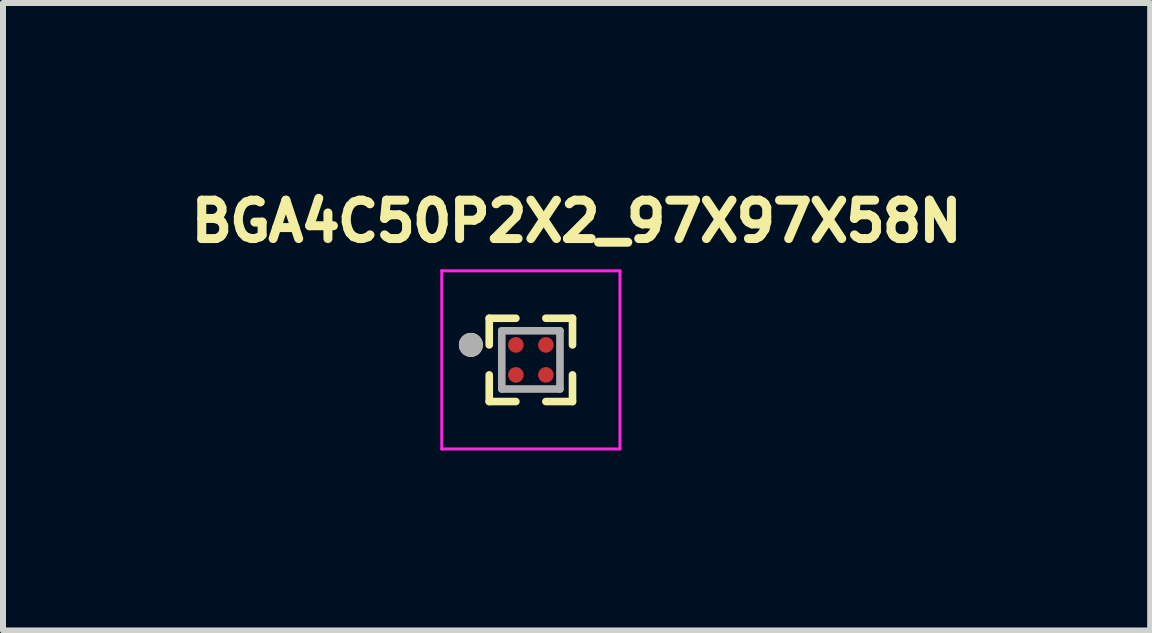
<source format=kicad_pcb>
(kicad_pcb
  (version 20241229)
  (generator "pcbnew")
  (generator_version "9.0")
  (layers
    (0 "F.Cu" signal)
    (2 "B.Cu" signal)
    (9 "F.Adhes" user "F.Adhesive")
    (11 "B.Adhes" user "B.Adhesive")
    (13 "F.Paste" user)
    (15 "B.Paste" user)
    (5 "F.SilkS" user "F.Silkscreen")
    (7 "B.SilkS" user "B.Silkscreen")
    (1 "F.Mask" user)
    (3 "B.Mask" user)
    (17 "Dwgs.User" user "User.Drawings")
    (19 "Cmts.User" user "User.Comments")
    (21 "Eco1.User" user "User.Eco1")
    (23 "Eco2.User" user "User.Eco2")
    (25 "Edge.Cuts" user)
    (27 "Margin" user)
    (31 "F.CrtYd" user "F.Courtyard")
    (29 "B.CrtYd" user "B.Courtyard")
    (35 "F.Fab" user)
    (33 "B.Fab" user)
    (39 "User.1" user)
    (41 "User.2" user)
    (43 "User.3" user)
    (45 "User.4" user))
  (footprint "BGA4C50P2X2_97X97X58N"
    (layer "F.Cu")
    (at 5.799 2.949)
    (property "Reference" "BGA4C50P2X2_97X97X58N" (at 0.762 -2.311 0) (layer "F.SilkS") (effects (font (size 0.64 0.64) (thickness 0.15))))
    (attr smd)
    (fp_line (start -0.694 -0.694) (end -0.694 -0.25) (stroke (width 0.127) (type solid)) (layer "F.SilkS"))
    (fp_line (start -0.694 -0.694) (end -0.25 -0.694) (stroke (width 0.127) (type solid)) (layer "F.SilkS"))
    (fp_line (start -0.694 0.25) (end -0.694 0.694) (stroke (width 0.127) (type solid)) (layer "F.SilkS"))
    (fp_line (start -0.694 0.694) (end -0.25 0.694) (stroke (width 0.127) (type solid)) (layer "F.SilkS"))
    (fp_line (start 0.25 -0.694) (end 0.694 -0.694) (stroke (width 0.127) (type solid)) (layer "F.SilkS"))
    (fp_line (start 0.25 0.694) (end 0.694 0.694) (stroke (width 0.127) (type solid)) (layer "F.SilkS"))
    (fp_line (start 0.694 -0.694) (end 0.694 -0.25) (stroke (width 0.127) (type solid)) (layer "F.SilkS"))
    (fp_line (start 0.694 0.694) (end 0.694 0.25) (stroke (width 0.127) (type solid)) (layer "F.SilkS"))
    (fp_circle (center -1 -0.25) (end -0.9 -0.25) (stroke (width 0.2) (type solid)) (fill no) (layer "F.SilkS"))
    (fp_line (start -1.485 -1.485) (end 1.485 -1.485) (stroke (width 0.05) (type solid)) (layer "F.CrtYd"))
    (fp_line (start -1.485 1.485) (end -1.485 -1.485) (stroke (width 0.05) (type solid)) (layer "F.CrtYd"))
    (fp_line (start 1.485 -1.485) (end 1.485 1.485) (stroke (width 0.05) (type solid)) (layer "F.CrtYd"))
    (fp_line (start 1.485 1.485) (end -1.485 1.485) (stroke (width 0.05) (type solid)) (layer "F.CrtYd"))
    (fp_line (start -0.485 -0.485) (end 0.485 -0.485) (stroke (width 0.127) (type solid)) (layer "F.Fab"))
    (fp_line (start -0.485 0.485) (end -0.485 -0.485) (stroke (width 0.127) (type solid)) (layer "F.Fab"))
    (fp_line (start 0.485 -0.485) (end 0.485 0.485) (stroke (width 0.127) (type solid)) (layer "F.Fab"))
    (fp_line (start 0.485 0.485) (end -0.485 0.485) (stroke (width 0.127) (type solid)) (layer "F.Fab"))
    (fp_circle (center -1 -0.25) (end -0.9 -0.25) (stroke (width 0.2) (type solid)) (fill no) (layer "F.Fab"))
    (pad "A1" smd circle (at -0.25 -0.25) (size 0.26 0.26) (layers "F.Cu" "F.Mask" "F.Paste"))
    (pad "A2" smd circle (at 0.25 -0.25) (size 0.26 0.26) (layers "F.Cu" "F.Mask" "F.Paste"))
    (pad "B1" smd circle (at -0.25 0.25) (size 0.26 0.26) (layers "F.Cu" "F.Mask" "F.Paste"))
    (pad "B2" smd circle (at 0.25 0.25) (size 0.26 0.26) (layers "F.Cu" "F.Mask" "F.Paste")))
  (gr_rect
    (start -3 -3)
    (end 16.122 7.459)
    (stroke (width 0.1) (type default))
    (fill no)
    (layer "Edge.Cuts")))
</source>
